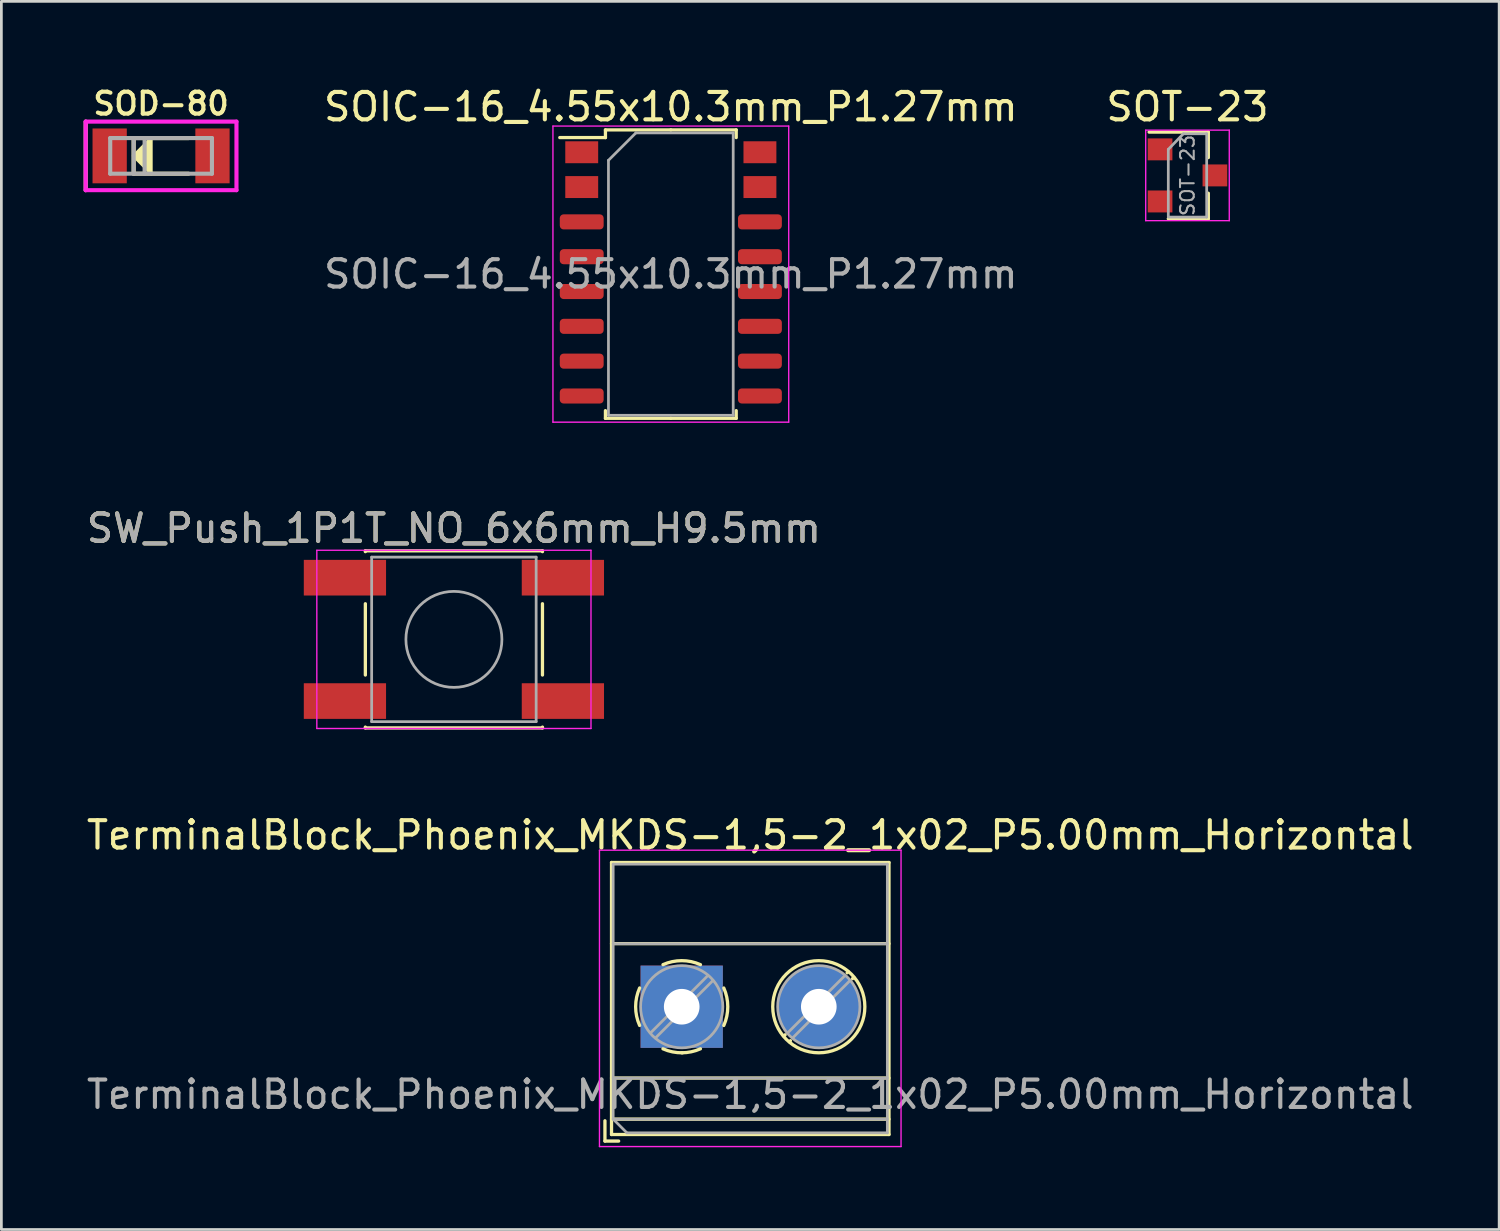
<source format=kicad_pcb>
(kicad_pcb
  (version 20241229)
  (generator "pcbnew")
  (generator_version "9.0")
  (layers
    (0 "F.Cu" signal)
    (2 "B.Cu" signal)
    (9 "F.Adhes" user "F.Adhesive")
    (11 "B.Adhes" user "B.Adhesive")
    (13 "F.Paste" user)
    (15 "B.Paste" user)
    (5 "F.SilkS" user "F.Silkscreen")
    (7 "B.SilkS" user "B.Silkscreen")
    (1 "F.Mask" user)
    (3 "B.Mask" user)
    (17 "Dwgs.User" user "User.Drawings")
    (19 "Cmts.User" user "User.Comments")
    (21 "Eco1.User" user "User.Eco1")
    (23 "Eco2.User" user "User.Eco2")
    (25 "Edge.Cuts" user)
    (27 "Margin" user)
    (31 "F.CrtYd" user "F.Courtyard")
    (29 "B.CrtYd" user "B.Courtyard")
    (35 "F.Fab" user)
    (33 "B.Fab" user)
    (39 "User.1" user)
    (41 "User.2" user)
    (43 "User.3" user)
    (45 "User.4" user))
  (footprint "SW_Push_1P1T_NO_6x6mm_H9.5mm"
    (layer "F.Cu")
    (at 13.506 20.271)
    (property "Reference" "SW_Push_1P1T_NO_6x6mm_H9.5mm" (at 0 -4.05 0) (layer "F.SilkS") (effects (font (size 1 1) (thickness 0.15))))
    (attr smd)
    (fp_line (start -3.23 -3.23) (end 3.23 -3.23) (stroke (width 0.12) (type solid)) (layer "F.SilkS"))
    (fp_line (start -3.23 -3.2) (end -3.23 -3.23) (stroke (width 0.12) (type solid)) (layer "F.SilkS"))
    (fp_line (start -3.23 -1.3) (end -3.23 1.3) (stroke (width 0.12) (type solid)) (layer "F.SilkS"))
    (fp_line (start -3.23 3.23) (end -3.23 3.2) (stroke (width 0.12) (type solid)) (layer "F.SilkS"))
    (fp_line (start -3.23 3.23) (end 3.23 3.23) (stroke (width 0.12) (type solid)) (layer "F.SilkS"))
    (fp_line (start 3.23 -3.23) (end 3.23 -3.2) (stroke (width 0.12) (type solid)) (layer "F.SilkS"))
    (fp_line (start 3.23 -1.3) (end 3.23 1.3) (stroke (width 0.12) (type solid)) (layer "F.SilkS"))
    (fp_line (start 3.23 3.23) (end 3.23 3.2) (stroke (width 0.12) (type solid)) (layer "F.SilkS"))
    (fp_line (start -5 -3.25) (end -5 3.25) (stroke (width 0.05) (type solid)) (layer "F.CrtYd"))
    (fp_line (start -5 -3.25) (end 5 -3.25) (stroke (width 0.05) (type solid)) (layer "F.CrtYd"))
    (fp_line (start -5 3.25) (end 5 3.25) (stroke (width 0.05) (type solid)) (layer "F.CrtYd"))
    (fp_line (start 5 3.25) (end 5 -3.25) (stroke (width 0.05) (type solid)) (layer "F.CrtYd"))
    (fp_line (start -3 -3) (end -3 3) (stroke (width 0.1) (type solid)) (layer "F.Fab"))
    (fp_line (start -3 3) (end 3 3) (stroke (width 0.1) (type solid)) (layer "F.Fab"))
    (fp_line (start 3 -3) (end -3 -3) (stroke (width 0.1) (type solid)) (layer "F.Fab"))
    (fp_line (start 3 3) (end 3 -3) (stroke (width 0.1) (type solid)) (layer "F.Fab"))
    (fp_circle (center 0 0) (end 1.75 -0.05) (stroke (width 0.1) (type solid)) (fill no) (layer "F.Fab"))
    (fp_text user "${REFERENCE}" (at 0 -4.05 0) (layer "F.Fab") (effects (font (size 1 1) (thickness 0.15))))
    (pad "1" smd rect (at -3.975 -2.25) (size 3 1.3) (layers "F.Cu" "F.Mask" "F.Paste"))
    (pad "1" smd rect (at 3.975 -2.25) (size 3 1.3) (layers "F.Cu" "F.Mask" "F.Paste"))
    (pad "2" smd rect (at -3.975 2.25) (size 3 1.3) (layers "F.Cu" "F.Mask" "F.Paste"))
    (pad "2" smd rect (at 3.975 2.25) (size 3 1.3) (layers "F.Cu" "F.Mask" "F.Paste")))
  (footprint "TerminalBlock_Phoenix_MKDS-1,5-2_1x02_P5.00mm_Horizontal"
    (layer "F.Cu")
    (at 21.815 33.67)
    (property "Reference" "TerminalBlock_Phoenix_MKDS-1,5-2_1x02_P5.00mm_Horizontal" (at 2.5 -6.26 0) (layer "F.SilkS") (effects (font (size 1 1) (thickness 0.15))))
    (attr through_hole)
    (fp_line (start -2.8 4.16) (end -2.8 4.9) (stroke (width 0.12) (type solid)) (layer "F.SilkS"))
    (fp_line (start -2.8 4.9) (end -2.3 4.9) (stroke (width 0.12) (type solid)) (layer "F.SilkS"))
    (fp_line (start -2.56 -5.261) (end -2.56 4.66) (stroke (width 0.12) (type solid)) (layer "F.SilkS"))
    (fp_line (start -2.56 -5.261) (end 7.56 -5.261) (stroke (width 0.12) (type solid)) (layer "F.SilkS"))
    (fp_line (start -2.56 -2.301) (end 7.56 -2.301) (stroke (width 0.12) (type solid)) (layer "F.SilkS"))
    (fp_line (start -2.56 2.6) (end 7.56 2.6) (stroke (width 0.12) (type solid)) (layer "F.SilkS"))
    (fp_line (start -2.56 4.1) (end 7.56 4.1) (stroke (width 0.12) (type solid)) (layer "F.SilkS"))
    (fp_line (start -2.56 4.66) (end 7.56 4.66) (stroke (width 0.12) (type solid)) (layer "F.SilkS"))
    (fp_line (start 3.773 1.023) (end 3.726 1.069) (stroke (width 0.12) (type solid)) (layer "F.SilkS"))
    (fp_line (start 3.966 1.239) (end 3.931 1.274) (stroke (width 0.12) (type solid)) (layer "F.SilkS"))
    (fp_line (start 6.07 -1.275) (end 6.035 -1.239) (stroke (width 0.12) (type solid)) (layer "F.SilkS"))
    (fp_line (start 6.275 -1.069) (end 6.228 -1.023) (stroke (width 0.12) (type solid)) (layer "F.SilkS"))
    (fp_line (start 7.56 -5.261) (end 7.56 4.66) (stroke (width 0.12) (type solid)) (layer "F.SilkS"))
    (fp_arc (start -1.535427 0.683042) (mid -1.680501 -0.000524) (end -1.535 -0.684) (stroke (width 0.12) (type solid)) (layer "F.SilkS"))
    (fp_arc (start -0.683042 -1.535427) (mid 0.000524 -1.680501) (end 0.684 -1.535) (stroke (width 0.12) (type solid)) (layer "F.SilkS"))
    (fp_arc (start 0.028805 1.680253) (mid -0.335551 1.646659) (end -0.684 1.535) (stroke (width 0.12) (type solid)) (layer "F.SilkS"))
    (fp_arc (start 0.683318 1.534756) (mid 0.349292 1.643288) (end 0 1.68) (stroke (width 0.12) (type solid)) (layer "F.SilkS"))
    (fp_arc (start 1.535427 -0.683042) (mid 1.680501 0.000524) (end 1.535 0.684) (stroke (width 0.12) (type solid)) (layer "F.SilkS"))
    (fp_circle (center 5 0) (end 6.68 0) (stroke (width 0.12) (type solid)) (fill no) (layer "F.SilkS"))
    (fp_line (start -3 -5.71) (end -3 5.1) (stroke (width 0.05) (type solid)) (layer "F.CrtYd"))
    (fp_line (start -3 5.1) (end 8 5.1) (stroke (width 0.05) (type solid)) (layer "F.CrtYd"))
    (fp_line (start 8 -5.71) (end -3 -5.71) (stroke (width 0.05) (type solid)) (layer "F.CrtYd"))
    (fp_line (start 8 5.1) (end 8 -5.71) (stroke (width 0.05) (type solid)) (layer "F.CrtYd"))
    (fp_line (start -2.5 -5.2) (end 7.5 -5.2) (stroke (width 0.1) (type solid)) (layer "F.Fab"))
    (fp_line (start -2.5 -2.3) (end 7.5 -2.3) (stroke (width 0.1) (type solid)) (layer "F.Fab"))
    (fp_line (start -2.5 2.6) (end 7.5 2.6) (stroke (width 0.1) (type solid)) (layer "F.Fab"))
    (fp_line (start -2.5 4.1) (end -2.5 -5.2) (stroke (width 0.1) (type solid)) (layer "F.Fab"))
    (fp_line (start -2.5 4.1) (end 7.5 4.1) (stroke (width 0.1) (type solid)) (layer "F.Fab"))
    (fp_line (start -2 4.6) (end -2.5 4.1) (stroke (width 0.1) (type solid)) (layer "F.Fab"))
    (fp_line (start 0.955 -1.138) (end -1.138 0.955) (stroke (width 0.1) (type solid)) (layer "F.Fab"))
    (fp_line (start 1.138 -0.955) (end -0.955 1.138) (stroke (width 0.1) (type solid)) (layer "F.Fab"))
    (fp_line (start 5.955 -1.138) (end 3.863 0.955) (stroke (width 0.1) (type solid)) (layer "F.Fab"))
    (fp_line (start 6.138 -0.955) (end 4.046 1.138) (stroke (width 0.1) (type solid)) (layer "F.Fab"))
    (fp_line (start 7.5 -5.2) (end 7.5 4.6) (stroke (width 0.1) (type solid)) (layer "F.Fab"))
    (fp_line (start 7.5 4.6) (end -2 4.6) (stroke (width 0.1) (type solid)) (layer "F.Fab"))
    (fp_circle (center 0 0) (end 1.5 0) (stroke (width 0.1) (type solid)) (fill no) (layer "F.Fab"))
    (fp_circle (center 5 0) (end 6.5 0) (stroke (width 0.1) (type solid)) (fill no) (layer "F.Fab"))
    (fp_text user "${REFERENCE}" (at 2.5 3.2 0) (layer "F.Fab") (effects (font (size 1 1) (thickness 0.15))))
    (pad "1" thru_hole rect (at 0 0) (size 3 3) (drill 1.3) (layers "*.Cu" "*.Mask"))
    (pad "2" thru_hole circle (at 5 0) (size 3 3) (drill 1.3) (layers "*.Cu" "*.Mask")))
  (footprint "SOIC-16_4.55x10.3mm_P1.27mm"
    (layer "F.Cu")
    (at 21.418 6.948)
    (property "Reference" "SOIC-16_4.55x10.3mm_P1.27mm" (at 0 -6.1 0) (layer "F.SilkS") (effects (font (size 1 1) (thickness 0.15))))
    (attr smd)
    (fp_line (start -2.385 -5.26) (end -2.385 -4.98) (stroke (width 0.12) (type solid)) (layer "F.SilkS"))
    (fp_line (start -2.385 -4.98) (end -4.05 -4.98) (stroke (width 0.12) (type solid)) (layer "F.SilkS"))
    (fp_line (start -2.385 5.26) (end -2.385 4.98) (stroke (width 0.12) (type solid)) (layer "F.SilkS"))
    (fp_line (start 0 -5.26) (end -2.385 -5.26) (stroke (width 0.12) (type solid)) (layer "F.SilkS"))
    (fp_line (start 0 -5.26) (end 2.385 -5.26) (stroke (width 0.12) (type solid)) (layer "F.SilkS"))
    (fp_line (start 0 5.26) (end -2.385 5.26) (stroke (width 0.12) (type solid)) (layer "F.SilkS"))
    (fp_line (start 0 5.26) (end 2.385 5.26) (stroke (width 0.12) (type solid)) (layer "F.SilkS"))
    (fp_line (start 2.385 -5.26) (end 2.385 -4.98) (stroke (width 0.12) (type solid)) (layer "F.SilkS"))
    (fp_line (start 2.385 5.26) (end 2.385 4.98) (stroke (width 0.12) (type solid)) (layer "F.SilkS"))
    (fp_line (start -4.3 -5.4) (end -4.3 5.4) (stroke (width 0.05) (type solid)) (layer "F.CrtYd"))
    (fp_line (start -4.3 5.4) (end 4.3 5.4) (stroke (width 0.05) (type solid)) (layer "F.CrtYd"))
    (fp_line (start 4.3 -5.4) (end -4.3 -5.4) (stroke (width 0.05) (type solid)) (layer "F.CrtYd"))
    (fp_line (start 4.3 5.4) (end 4.3 -5.4) (stroke (width 0.05) (type solid)) (layer "F.CrtYd"))
    (fp_line (start -2.275 -4.15) (end -1.275 -5.15) (stroke (width 0.1) (type solid)) (layer "F.Fab"))
    (fp_line (start -2.275 5.15) (end -2.275 -4.15) (stroke (width 0.1) (type solid)) (layer "F.Fab"))
    (fp_line (start -1.275 -5.15) (end 2.275 -5.15) (stroke (width 0.1) (type solid)) (layer "F.Fab"))
    (fp_line (start 2.275 -5.15) (end 2.275 5.15) (stroke (width 0.1) (type solid)) (layer "F.Fab"))
    (fp_line (start 2.275 5.15) (end -2.275 5.15) (stroke (width 0.1) (type solid)) (layer "F.Fab"))
    (fp_text user "${REFERENCE}" (at 0 0 0) (layer "F.Fab") (effects (font (size 1 1) (thickness 0.15))))
    (pad "1" smd rect (at -3.25 -4.445) (size 1.2 0.8) (layers "F.Cu" "F.Mask" "F.Paste"))
    (pad "2" smd trapezoid (at -3.25 -3.175) (size 1.2 0.8) (layers "F.Cu" "F.Mask" "F.Paste"))
    (pad "3" smd roundrect (at -3.25 -1.905) (size 1.6 0.55) (layers "F.Cu" "F.Mask" "F.Paste") (roundrect_rratio 0.25))
    (pad "4" smd roundrect (at -3.25 -0.635) (size 1.6 0.55) (layers "F.Cu" "F.Mask" "F.Paste") (roundrect_rratio 0.25))
    (pad "5" smd roundrect (at -3.25 0.635) (size 1.6 0.55) (layers "F.Cu" "F.Mask" "F.Paste") (roundrect_rratio 0.25))
    (pad "6" smd roundrect (at -3.25 1.905) (size 1.6 0.55) (layers "F.Cu" "F.Mask" "F.Paste") (roundrect_rratio 0.25))
    (pad "7" smd roundrect (at -3.25 3.175) (size 1.6 0.55) (layers "F.Cu" "F.Mask" "F.Paste") (roundrect_rratio 0.25))
    (pad "8" smd roundrect (at -3.25 4.445) (size 1.6 0.55) (layers "F.Cu" "F.Mask" "F.Paste") (roundrect_rratio 0.25))
    (pad "9" smd roundrect (at 3.25 4.445) (size 1.6 0.55) (layers "F.Cu" "F.Mask" "F.Paste") (roundrect_rratio 0.25))
    (pad "10" smd roundrect (at 3.25 3.175) (size 1.6 0.55) (layers "F.Cu" "F.Mask" "F.Paste") (roundrect_rratio 0.25))
    (pad "11" smd roundrect (at 3.25 1.905) (size 1.6 0.55) (layers "F.Cu" "F.Mask" "F.Paste") (roundrect_rratio 0.25))
    (pad "12" smd roundrect (at 3.25 0.635) (size 1.6 0.55) (layers "F.Cu" "F.Mask" "F.Paste") (roundrect_rratio 0.25))
    (pad "13" smd roundrect (at 3.25 -0.635) (size 1.6 0.55) (layers "F.Cu" "F.Mask" "F.Paste") (roundrect_rratio 0.25))
    (pad "14" smd roundrect (at 3.25 -1.905) (size 1.6 0.55) (layers "F.Cu" "F.Mask" "F.Paste") (roundrect_rratio 0.25))
    (pad "15" smd trapezoid (at 3.25 -3.175) (size 1.2 0.8) (layers "F.Cu" "F.Mask" "F.Paste"))
    (pad "16" smd rect (at 3.25 -4.445) (size 1.2 0.8) (layers "F.Cu" "F.Mask" "F.Paste")))
  (footprint "SOT-23"
    (layer "F.Cu")
    (at 40.263 3.348)
    (property "Reference" "SOT-23" (at 0 -2.5 0) (layer "F.SilkS") (effects (font (size 1 1) (thickness 0.15))))
    (attr smd)
    (fp_line (start 0.76 -1.58) (end -1.4 -1.58) (stroke (width 0.12) (type solid)) (layer "F.SilkS"))
    (fp_line (start 0.76 -1.58) (end 0.76 -0.65) (stroke (width 0.12) (type solid)) (layer "F.SilkS"))
    (fp_line (start 0.76 1.58) (end -0.7 1.58) (stroke (width 0.12) (type solid)) (layer "F.SilkS"))
    (fp_line (start 0.76 1.58) (end 0.76 0.65) (stroke (width 0.12) (type solid)) (layer "F.SilkS"))
    (fp_line (start -1.524 -1.651) (end 1.524 -1.651) (stroke (width 0.05) (type solid)) (layer "F.CrtYd"))
    (fp_line (start -1.524 1.651) (end -1.524 -1.651) (stroke (width 0.05) (type solid)) (layer "F.CrtYd"))
    (fp_line (start 1.524 -1.651) (end 1.524 1.651) (stroke (width 0.05) (type solid)) (layer "F.CrtYd"))
    (fp_line (start 1.524 1.651) (end -1.524 1.651) (stroke (width 0.05) (type solid)) (layer "F.CrtYd"))
    (fp_line (start -0.7 -0.95) (end -0.7 1.5) (stroke (width 0.1) (type solid)) (layer "F.Fab"))
    (fp_line (start -0.7 -0.95) (end -0.15 -1.52) (stroke (width 0.1) (type solid)) (layer "F.Fab"))
    (fp_line (start -0.7 1.52) (end 0.7 1.52) (stroke (width 0.1) (type solid)) (layer "F.Fab"))
    (fp_line (start -0.15 -1.52) (end 0.7 -1.52) (stroke (width 0.1) (type solid)) (layer "F.Fab"))
    (fp_line (start 0.7 -1.52) (end 0.7 1.52) (stroke (width 0.1) (type solid)) (layer "F.Fab"))
    (fp_text user "${REFERENCE}" (at 0 0 90) (layer "F.Fab") (effects (font (size 0.5 0.5) (thickness 0.075))))
    (pad "1" smd rect (at -1 -0.95) (size 0.9 0.8) (layers "F.Cu" "F.Mask" "F.Paste"))
    (pad "2" smd rect (at -1 0.95) (size 0.9 0.8) (layers "F.Cu" "F.Mask" "F.Paste"))
    (pad "3" smd rect (at 1 0) (size 0.9 0.8) (layers "F.Cu" "F.Mask" "F.Paste")))
  (footprint "SOD-80"
    (layer "F.Cu")
    (at 2.825 2.636)
    (property "Reference" "SOD-80" (at 0 -1.905 0) (layer "F.SilkS") (effects (font (size 0.8 0.8) (thickness 0.15))))
    (attr smd)
    (fp_line (start -2.75 1.25) (end -2.75 -1.25) (stroke (width 0.15) (type solid)) (layer "F.SilkS"))
    (fp_line (start -1 -0.65) (end 1 -0.65) (stroke (width 0.15) (type solid)) (layer "F.SilkS"))
    (fp_line (start -1 0.65) (end -1 -0.65) (stroke (width 0.15) (type solid)) (layer "F.SilkS"))
    (fp_line (start 1 0.65) (end -1 0.65) (stroke (width 0.15) (type solid)) (layer "F.SilkS"))
    (fp_poly (pts (xy -0.356 0.66) (xy -1.016 0) (xy -0.356 -0.66)) (stroke (width 0.1) (type solid)) (fill yes) (layer "F.SilkS"))
    (fp_line (start -2.75 -1.25) (end 2.75 -1.25) (stroke (width 0.15) (type solid)) (layer "F.CrtYd"))
    (fp_line (start -2.75 1.25) (end -2.75 -1.25) (stroke (width 0.15) (type solid)) (layer "F.CrtYd"))
    (fp_line (start 2.75 -1.25) (end 2.75 1.25) (stroke (width 0.15) (type solid)) (layer "F.CrtYd"))
    (fp_line (start 2.75 1.25) (end -2.75 1.25) (stroke (width 0.15) (type solid)) (layer "F.CrtYd"))
    (fp_line (start -1.855 -0.65) (end 1.855 -0.65) (stroke (width 0.15) (type solid)) (layer "F.Fab"))
    (fp_line (start -1.855 0.65) (end -1.855 -0.65) (stroke (width 0.15) (type solid)) (layer "F.Fab"))
    (fp_line (start -1 -0.65) (end -1 0.65) (stroke (width 0.15) (type solid)) (layer "F.Fab"))
    (fp_line (start -0.6 -0.65) (end -0.6 0.65) (stroke (width 0.15) (type solid)) (layer "F.Fab"))
    (fp_line (start 1.855 -0.65) (end 1.855 0.65) (stroke (width 0.15) (type solid)) (layer "F.Fab"))
    (fp_line (start 1.855 0.65) (end -1.855 0.65) (stroke (width 0.15) (type solid)) (layer "F.Fab"))
    (pad "1" smd rect (at -1.875 0) (size 1.25 2) (layers "F.Cu" "F.Mask" "F.Paste"))
    (pad "2" smd rect (at 1.875 0) (size 1.25 2) (layers "F.Cu" "F.Mask" "F.Paste")))
  (gr_rect
    (start -3 -3)
    (end 51.631 41.795)
    (stroke (width 0.1) (type default))
    (fill no)
    (layer "Edge.Cuts")))
</source>
